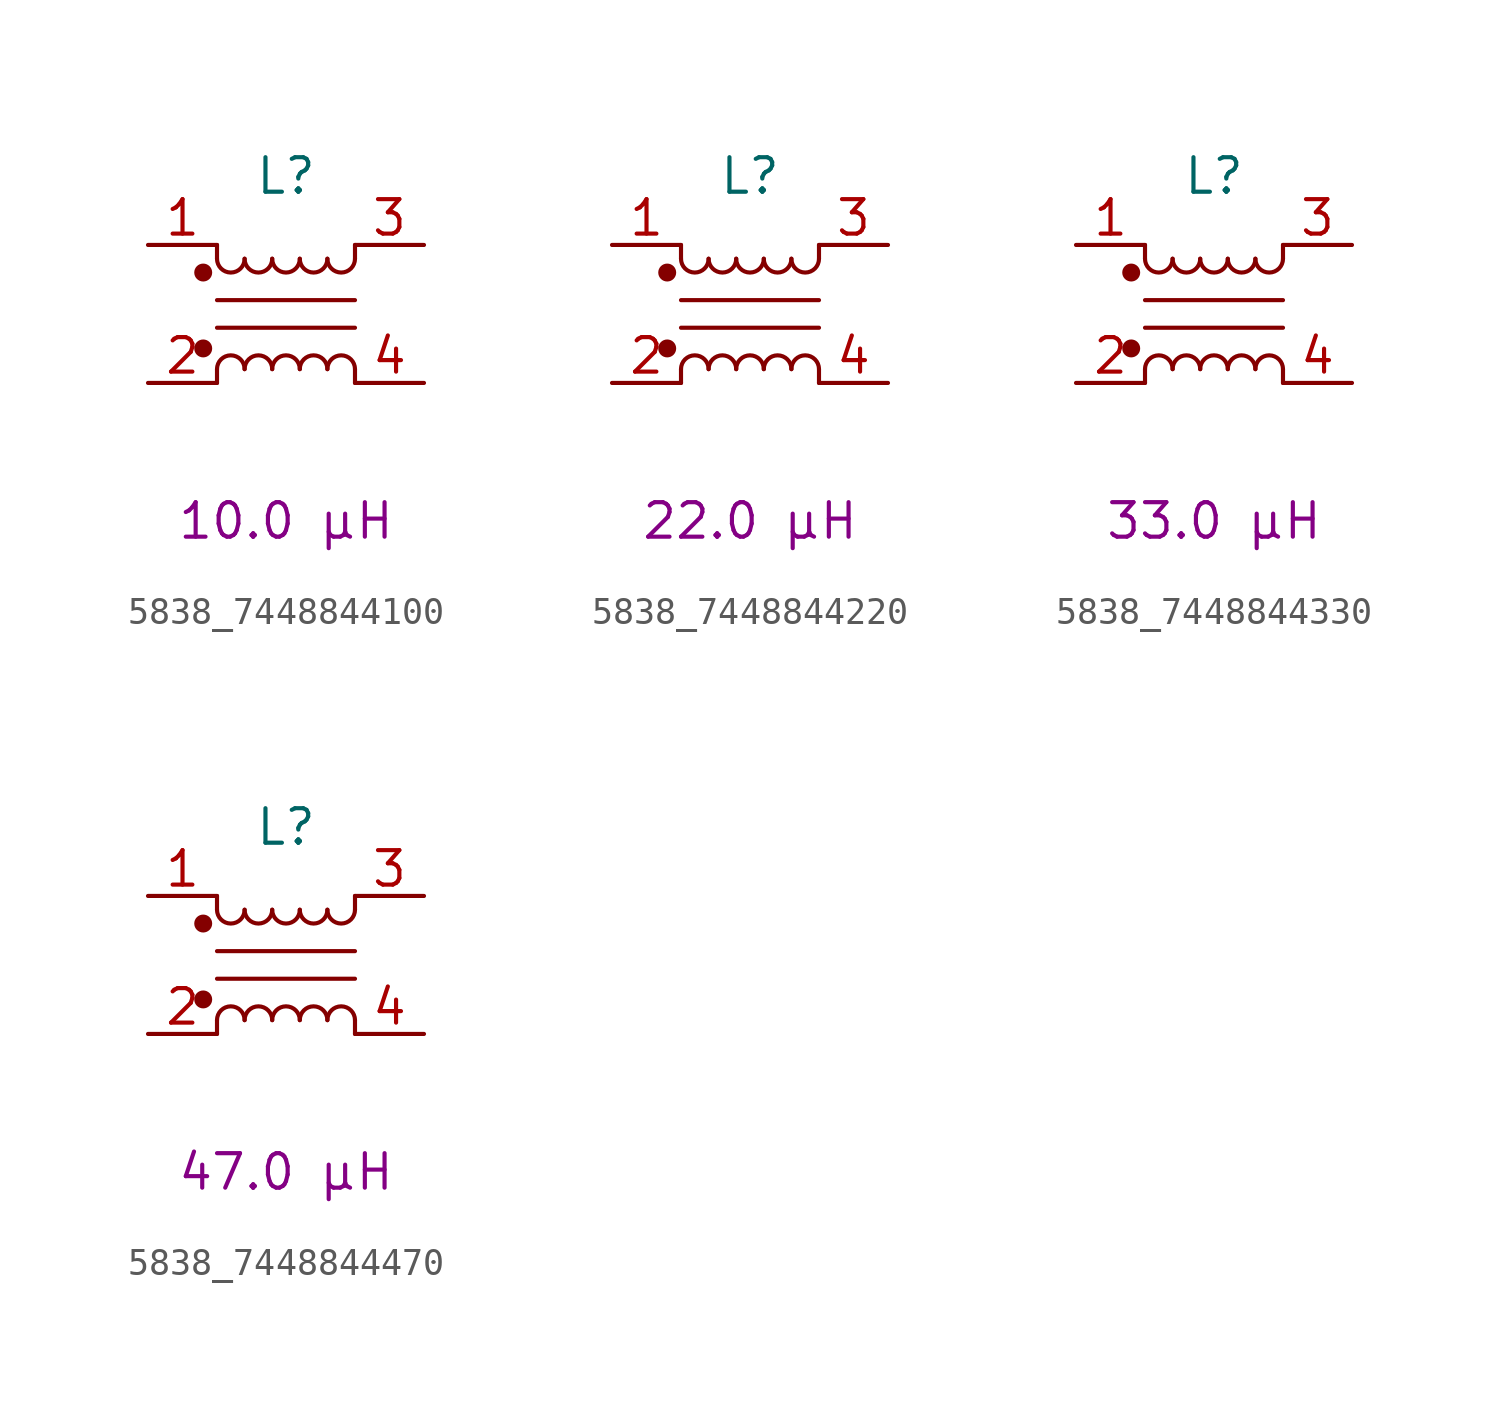
<source format=kicad_sym>
(kicad_symbol_lib
  (version 20220914)
  (generator kicad_symbol_editor)
  (symbol "5838_7448844100"
    (pin_names hide)
    (property "Reference" "L"
      (at 0 5.08 0)
      (effects (font (size 1.27 1.27))))
    (property "Critical Parameter" "10.0 µH"
      (at 0 -7.62 0)
      (effects (font (size 1.27 1.27))))
    (symbol "5838_7448844100_0_1"
      (circle (center -3.048 -1.27) (radius 0.254) (stroke (width 0) (type default)) (fill (type outline)))
      (circle (center -3.048 1.524) (radius 0.254) (stroke (width 0) (type default)) (fill (type outline)))
      (arc (start -2.54 2.032) (mid -2.032 1.5262) (end -1.524 2.032) (stroke (width 0) (type default)) (fill (type none)))
      (arc (start -1.524 -2.032) (mid -2.032 -1.5262) (end -2.54 -2.032) (stroke (width 0) (type default)) (fill (type none)))
      (arc (start -1.524 2.032) (mid -1.016 1.5262) (end -0.508 2.032) (stroke (width 0) (type default)) (fill (type none)))
      (arc (start -0.508 -2.032) (mid -1.016 -1.5262) (end -1.524 -2.032) (stroke (width 0) (type default)) (fill (type none)))
      (arc (start -0.508 2.032) (mid 0 1.5262) (end 0.508 2.032) (stroke (width 0) (type default)) (fill (type none)))
      (polyline (pts (xy -2.54 -2.032) (xy -2.54 -2.54)) (stroke (width 0) (type default)) (fill (type none)))
      (polyline (pts (xy -2.54 0.508) (xy 2.54 0.508)) (stroke (width 0) (type default)) (fill (type none)))
      (polyline (pts (xy -2.54 2.032) (xy -2.54 2.54)) (stroke (width 0) (type default)) (fill (type none)))
      (polyline (pts (xy 2.54 -2.032) (xy 2.54 -2.54)) (stroke (width 0) (type default)) (fill (type none)))
      (polyline (pts (xy 2.54 -0.508) (xy -2.54 -0.508)) (stroke (width 0) (type default)) (fill (type none)))
      (polyline (pts (xy 2.54 2.54) (xy 2.54 2.032)) (stroke (width 0) (type default)) (fill (type none)))
      (arc (start 0.508 -2.032) (mid 0 -1.5262) (end -0.508 -2.032) (stroke (width 0) (type default)) (fill (type none)))
      (arc (start 0.508 2.032) (mid 1.016 1.5262) (end 1.524 2.032) (stroke (width 0) (type default)) (fill (type none)))
      (arc (start 1.524 -2.032) (mid 1.016 -1.5262) (end 0.508 -2.032) (stroke (width 0) (type default)) (fill (type none)))
      (arc (start 1.524 2.032) (mid 2.032 1.5262) (end 2.54 2.032) (stroke (width 0) (type default)) (fill (type none)))
      (arc (start 2.54 -2.032) (mid 2.032 -1.5262) (end 1.524 -2.032) (stroke (width 0) (type default)) (fill (type none))))
    (symbol "5838_7448844100_1_1"
      (pin passive line (at -5.08 2.54 0) (length 2.54) (name "1" (effects (font (size 1.27 1.27)))) (number "1" (effects (font (size 1.27 1.27)))))
      (pin passive line (at -5.08 -2.54 0) (length 2.54) (name "2" (effects (font (size 1.27 1.27)))) (number "2" (effects (font (size 1.27 1.27)))))
      (pin passive line (at 5.08 2.54 180) (length 2.54) (name "3" (effects (font (size 1.27 1.27)))) (number "3" (effects (font (size 1.27 1.27)))))
      (pin passive line (at 5.08 -2.54 180) (length 2.54) (name "4" (effects (font (size 1.27 1.27)))) (number "4" (effects (font (size 1.27 1.27)))))))
  (symbol "5838_7448844220"
    (pin_names hide)
    (property "Reference" "L"
      (at 0 5.08 0)
      (effects (font (size 1.27 1.27))))
    (property "Critical Parameter" "22.0 µH"
      (at 0 -7.62 0)
      (effects (font (size 1.27 1.27))))
    (symbol "5838_7448844220_0_1"
      (circle (center -3.048 -1.27) (radius 0.254) (stroke (width 0) (type default)) (fill (type outline)))
      (circle (center -3.048 1.524) (radius 0.254) (stroke (width 0) (type default)) (fill (type outline)))
      (arc (start -2.54 2.032) (mid -2.032 1.5262) (end -1.524 2.032) (stroke (width 0) (type default)) (fill (type none)))
      (arc (start -1.524 -2.032) (mid -2.032 -1.5262) (end -2.54 -2.032) (stroke (width 0) (type default)) (fill (type none)))
      (arc (start -1.524 2.032) (mid -1.016 1.5262) (end -0.508 2.032) (stroke (width 0) (type default)) (fill (type none)))
      (arc (start -0.508 -2.032) (mid -1.016 -1.5262) (end -1.524 -2.032) (stroke (width 0) (type default)) (fill (type none)))
      (arc (start -0.508 2.032) (mid 0 1.5262) (end 0.508 2.032) (stroke (width 0) (type default)) (fill (type none)))
      (polyline (pts (xy -2.54 -2.032) (xy -2.54 -2.54)) (stroke (width 0) (type default)) (fill (type none)))
      (polyline (pts (xy -2.54 0.508) (xy 2.54 0.508)) (stroke (width 0) (type default)) (fill (type none)))
      (polyline (pts (xy -2.54 2.032) (xy -2.54 2.54)) (stroke (width 0) (type default)) (fill (type none)))
      (polyline (pts (xy 2.54 -2.032) (xy 2.54 -2.54)) (stroke (width 0) (type default)) (fill (type none)))
      (polyline (pts (xy 2.54 -0.508) (xy -2.54 -0.508)) (stroke (width 0) (type default)) (fill (type none)))
      (polyline (pts (xy 2.54 2.54) (xy 2.54 2.032)) (stroke (width 0) (type default)) (fill (type none)))
      (arc (start 0.508 -2.032) (mid 0 -1.5262) (end -0.508 -2.032) (stroke (width 0) (type default)) (fill (type none)))
      (arc (start 0.508 2.032) (mid 1.016 1.5262) (end 1.524 2.032) (stroke (width 0) (type default)) (fill (type none)))
      (arc (start 1.524 -2.032) (mid 1.016 -1.5262) (end 0.508 -2.032) (stroke (width 0) (type default)) (fill (type none)))
      (arc (start 1.524 2.032) (mid 2.032 1.5262) (end 2.54 2.032) (stroke (width 0) (type default)) (fill (type none)))
      (arc (start 2.54 -2.032) (mid 2.032 -1.5262) (end 1.524 -2.032) (stroke (width 0) (type default)) (fill (type none))))
    (symbol "5838_7448844220_1_1"
      (pin passive line (at -5.08 2.54 0) (length 2.54) (name "1" (effects (font (size 1.27 1.27)))) (number "1" (effects (font (size 1.27 1.27)))))
      (pin passive line (at -5.08 -2.54 0) (length 2.54) (name "2" (effects (font (size 1.27 1.27)))) (number "2" (effects (font (size 1.27 1.27)))))
      (pin passive line (at 5.08 2.54 180) (length 2.54) (name "3" (effects (font (size 1.27 1.27)))) (number "3" (effects (font (size 1.27 1.27)))))
      (pin passive line (at 5.08 -2.54 180) (length 2.54) (name "4" (effects (font (size 1.27 1.27)))) (number "4" (effects (font (size 1.27 1.27)))))))
  (symbol "5838_7448844330"
    (pin_names hide)
    (property "Reference" "L"
      (at 0 5.08 0)
      (effects (font (size 1.27 1.27))))
    (property "Critical Parameter" "33.0 µH"
      (at 0 -7.62 0)
      (effects (font (size 1.27 1.27))))
    (symbol "5838_7448844330_0_1"
      (circle (center -3.048 -1.27) (radius 0.254) (stroke (width 0) (type default)) (fill (type outline)))
      (circle (center -3.048 1.524) (radius 0.254) (stroke (width 0) (type default)) (fill (type outline)))
      (arc (start -2.54 2.032) (mid -2.032 1.5262) (end -1.524 2.032) (stroke (width 0) (type default)) (fill (type none)))
      (arc (start -1.524 -2.032) (mid -2.032 -1.5262) (end -2.54 -2.032) (stroke (width 0) (type default)) (fill (type none)))
      (arc (start -1.524 2.032) (mid -1.016 1.5262) (end -0.508 2.032) (stroke (width 0) (type default)) (fill (type none)))
      (arc (start -0.508 -2.032) (mid -1.016 -1.5262) (end -1.524 -2.032) (stroke (width 0) (type default)) (fill (type none)))
      (arc (start -0.508 2.032) (mid 0 1.5262) (end 0.508 2.032) (stroke (width 0) (type default)) (fill (type none)))
      (polyline (pts (xy -2.54 -2.032) (xy -2.54 -2.54)) (stroke (width 0) (type default)) (fill (type none)))
      (polyline (pts (xy -2.54 0.508) (xy 2.54 0.508)) (stroke (width 0) (type default)) (fill (type none)))
      (polyline (pts (xy -2.54 2.032) (xy -2.54 2.54)) (stroke (width 0) (type default)) (fill (type none)))
      (polyline (pts (xy 2.54 -2.032) (xy 2.54 -2.54)) (stroke (width 0) (type default)) (fill (type none)))
      (polyline (pts (xy 2.54 -0.508) (xy -2.54 -0.508)) (stroke (width 0) (type default)) (fill (type none)))
      (polyline (pts (xy 2.54 2.54) (xy 2.54 2.032)) (stroke (width 0) (type default)) (fill (type none)))
      (arc (start 0.508 -2.032) (mid 0 -1.5262) (end -0.508 -2.032) (stroke (width 0) (type default)) (fill (type none)))
      (arc (start 0.508 2.032) (mid 1.016 1.5262) (end 1.524 2.032) (stroke (width 0) (type default)) (fill (type none)))
      (arc (start 1.524 -2.032) (mid 1.016 -1.5262) (end 0.508 -2.032) (stroke (width 0) (type default)) (fill (type none)))
      (arc (start 1.524 2.032) (mid 2.032 1.5262) (end 2.54 2.032) (stroke (width 0) (type default)) (fill (type none)))
      (arc (start 2.54 -2.032) (mid 2.032 -1.5262) (end 1.524 -2.032) (stroke (width 0) (type default)) (fill (type none))))
    (symbol "5838_7448844330_1_1"
      (pin passive line (at -5.08 2.54 0) (length 2.54) (name "1" (effects (font (size 1.27 1.27)))) (number "1" (effects (font (size 1.27 1.27)))))
      (pin passive line (at -5.08 -2.54 0) (length 2.54) (name "2" (effects (font (size 1.27 1.27)))) (number "2" (effects (font (size 1.27 1.27)))))
      (pin passive line (at 5.08 2.54 180) (length 2.54) (name "3" (effects (font (size 1.27 1.27)))) (number "3" (effects (font (size 1.27 1.27)))))
      (pin passive line (at 5.08 -2.54 180) (length 2.54) (name "4" (effects (font (size 1.27 1.27)))) (number "4" (effects (font (size 1.27 1.27)))))))
  (symbol "5838_7448844470"
    (pin_names hide)
    (property "Reference" "L"
      (at 0 5.08 0)
      (effects (font (size 1.27 1.27))))
    (property "Critical Parameter" "47.0 µH"
      (at 0 -7.62 0)
      (effects (font (size 1.27 1.27))))
    (symbol "5838_7448844470_0_1"
      (circle (center -3.048 -1.27) (radius 0.254) (stroke (width 0) (type default)) (fill (type outline)))
      (circle (center -3.048 1.524) (radius 0.254) (stroke (width 0) (type default)) (fill (type outline)))
      (arc (start -2.54 2.032) (mid -2.032 1.5262) (end -1.524 2.032) (stroke (width 0) (type default)) (fill (type none)))
      (arc (start -1.524 -2.032) (mid -2.032 -1.5262) (end -2.54 -2.032) (stroke (width 0) (type default)) (fill (type none)))
      (arc (start -1.524 2.032) (mid -1.016 1.5262) (end -0.508 2.032) (stroke (width 0) (type default)) (fill (type none)))
      (arc (start -0.508 -2.032) (mid -1.016 -1.5262) (end -1.524 -2.032) (stroke (width 0) (type default)) (fill (type none)))
      (arc (start -0.508 2.032) (mid 0 1.5262) (end 0.508 2.032) (stroke (width 0) (type default)) (fill (type none)))
      (polyline (pts (xy -2.54 -2.032) (xy -2.54 -2.54)) (stroke (width 0) (type default)) (fill (type none)))
      (polyline (pts (xy -2.54 0.508) (xy 2.54 0.508)) (stroke (width 0) (type default)) (fill (type none)))
      (polyline (pts (xy -2.54 2.032) (xy -2.54 2.54)) (stroke (width 0) (type default)) (fill (type none)))
      (polyline (pts (xy 2.54 -2.032) (xy 2.54 -2.54)) (stroke (width 0) (type default)) (fill (type none)))
      (polyline (pts (xy 2.54 -0.508) (xy -2.54 -0.508)) (stroke (width 0) (type default)) (fill (type none)))
      (polyline (pts (xy 2.54 2.54) (xy 2.54 2.032)) (stroke (width 0) (type default)) (fill (type none)))
      (arc (start 0.508 -2.032) (mid 0 -1.5262) (end -0.508 -2.032) (stroke (width 0) (type default)) (fill (type none)))
      (arc (start 0.508 2.032) (mid 1.016 1.5262) (end 1.524 2.032) (stroke (width 0) (type default)) (fill (type none)))
      (arc (start 1.524 -2.032) (mid 1.016 -1.5262) (end 0.508 -2.032) (stroke (width 0) (type default)) (fill (type none)))
      (arc (start 1.524 2.032) (mid 2.032 1.5262) (end 2.54 2.032) (stroke (width 0) (type default)) (fill (type none)))
      (arc (start 2.54 -2.032) (mid 2.032 -1.5262) (end 1.524 -2.032) (stroke (width 0) (type default)) (fill (type none))))
    (symbol "5838_7448844470_1_1"
      (pin passive line (at -5.08 2.54 0) (length 2.54) (name "1" (effects (font (size 1.27 1.27)))) (number "1" (effects (font (size 1.27 1.27)))))
      (pin passive line (at -5.08 -2.54 0) (length 2.54) (name "2" (effects (font (size 1.27 1.27)))) (number "2" (effects (font (size 1.27 1.27)))))
      (pin passive line (at 5.08 2.54 180) (length 2.54) (name "3" (effects (font (size 1.27 1.27)))) (number "3" (effects (font (size 1.27 1.27)))))
      (pin passive line (at 5.08 -2.54 180) (length 2.54) (name "4" (effects (font (size 1.27 1.27)))) (number "4" (effects (font (size 1.27 1.27))))))))
</source>
